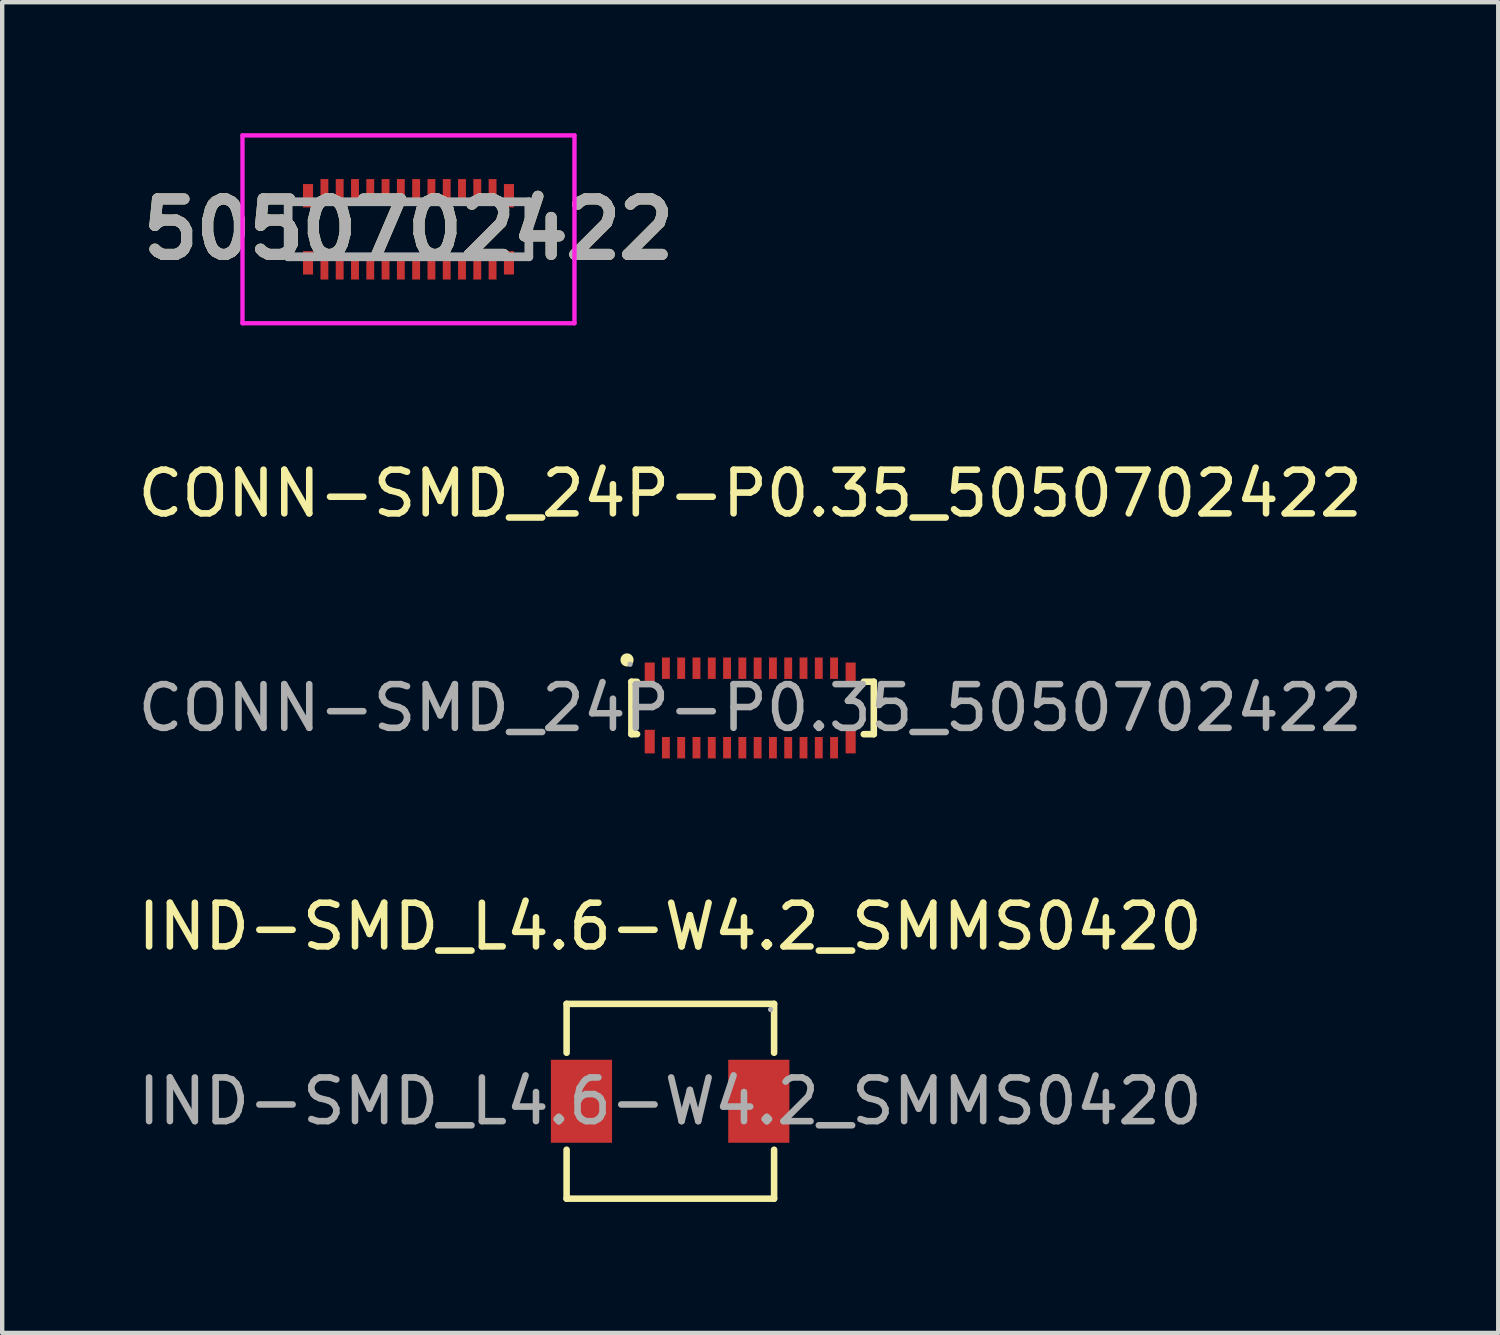
<source format=kicad_pcb>
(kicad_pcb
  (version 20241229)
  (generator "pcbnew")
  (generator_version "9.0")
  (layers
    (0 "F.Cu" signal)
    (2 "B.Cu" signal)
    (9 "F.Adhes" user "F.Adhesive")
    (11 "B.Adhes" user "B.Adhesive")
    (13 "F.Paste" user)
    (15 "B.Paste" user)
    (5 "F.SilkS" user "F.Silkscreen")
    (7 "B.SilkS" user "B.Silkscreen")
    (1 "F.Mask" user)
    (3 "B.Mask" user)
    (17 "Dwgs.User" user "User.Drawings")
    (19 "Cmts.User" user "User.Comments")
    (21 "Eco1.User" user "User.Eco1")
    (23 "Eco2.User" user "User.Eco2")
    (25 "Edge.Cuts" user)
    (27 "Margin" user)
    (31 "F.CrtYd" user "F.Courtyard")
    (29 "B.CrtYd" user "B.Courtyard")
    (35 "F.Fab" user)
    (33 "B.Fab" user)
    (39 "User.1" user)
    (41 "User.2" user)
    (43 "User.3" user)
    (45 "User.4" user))
  (footprint "IND-SMD_L4.6-W4.2_SMMS0420"
    (layer "F.Cu")
    (at 12.292 22.162)
    (property "Reference" "IND-SMD_L4.6-W4.2_SMMS0420" (at 0 -4 0) (layer "F.SilkS") (effects (font (size 1 1) (thickness 0.15))))
    (attr smd)
    (fp_line (start -2.37 -2.23) (end 2.38 -2.23) (stroke (width 0.15) (type solid)) (layer "F.SilkS"))
    (fp_line (start -2.37 -1.11) (end -2.37 -2.23) (stroke (width 0.15) (type solid)) (layer "F.SilkS"))
    (fp_line (start -2.37 1.11) (end -2.37 2.23) (stroke (width 0.15) (type solid)) (layer "F.SilkS"))
    (fp_line (start -2.37 2.23) (end 2.38 2.23) (stroke (width 0.15) (type solid)) (layer "F.SilkS"))
    (fp_line (start 2.38 -2.23) (end 2.38 -1.11) (stroke (width 0.15) (type solid)) (layer "F.SilkS"))
    (fp_line (start 2.38 2.23) (end 2.38 1.11) (stroke (width 0.15) (type solid)) (layer "F.SilkS"))
    (fp_circle (center 2.3 -2.1) (end 2.33 -2.1) (stroke (width 0.06) (type solid)) (fill no) (layer "F.Fab"))
    (fp_text user "${REFERENCE}" (at 0 0 0) (layer "F.Fab") (effects (font (size 1 1) (thickness 0.15))))
    (pad "1" smd rect (at 2.03 0) (size 1.4 1.9) (layers "F.Cu" "F.Mask" "F.Paste"))
    (pad "2" smd rect (at -2.03 0) (size 1.4 1.9) (layers "F.Cu" "F.Mask" "F.Paste")))
  (footprint "5050702422"
    (layer "F.Cu")
    (at 6.302 2.199)
    (property "Reference" "5050702422" (at 0 0.001 0) (layer "F.SilkS") (effects (font (size 1.27 1.27) (thickness 0.254))))
    (attr smd)
    (fp_line (start -2.8 -0.63) (end -2.755 0.63) (stroke (width 0.1) (type solid)) (layer "F.SilkS"))
    (fp_line (start 2.755 -0.63) (end 2.8 0.63) (stroke (width 0.1) (type solid)) (layer "F.SilkS"))
    (fp_line (start -3.8 -2.149) (end 3.8 -2.149) (stroke (width 0.1) (type solid)) (layer "F.CrtYd"))
    (fp_line (start -3.8 2.151) (end -3.8 -2.149) (stroke (width 0.1) (type solid)) (layer "F.CrtYd"))
    (fp_line (start 3.8 -2.149) (end 3.8 2.151) (stroke (width 0.1) (type solid)) (layer "F.CrtYd"))
    (fp_line (start 3.8 2.151) (end -3.8 2.151) (stroke (width 0.1) (type solid)) (layer "F.CrtYd"))
    (fp_line (start -2.755 -0.63) (end 2.755 -0.63) (stroke (width 0.2) (type solid)) (layer "F.Fab"))
    (fp_line (start -2.755 0.63) (end -2.755 -0.63) (stroke (width 0.2) (type solid)) (layer "F.Fab"))
    (fp_line (start 2.755 -0.63) (end 2.755 0.63) (stroke (width 0.2) (type solid)) (layer "F.Fab"))
    (fp_line (start 2.755 0.63) (end -2.755 0.63) (stroke (width 0.2) (type solid)) (layer "F.Fab"))
    (fp_text user "${REFERENCE}" (at 0 0.001 0) (layer "F.Fab") (effects (font (size 1.27 1.27) (thickness 0.254))))
    (pad "1" smd rect (at -1.925 -0.907) (size 0.18 0.485) (layers "F.Cu" "F.Mask" "F.Paste"))
    (pad "2" smd rect (at -1.575 -0.907) (size 0.18 0.485) (layers "F.Cu" "F.Mask" "F.Paste"))
    (pad "3" smd rect (at -1.225 -0.907) (size 0.18 0.485) (layers "F.Cu" "F.Mask" "F.Paste"))
    (pad "4" smd rect (at -0.875 -0.907) (size 0.18 0.485) (layers "F.Cu" "F.Mask" "F.Paste"))
    (pad "5" smd rect (at -0.525 -0.907) (size 0.18 0.485) (layers "F.Cu" "F.Mask" "F.Paste"))
    (pad "6" smd rect (at -0.175 -0.907) (size 0.18 0.485) (layers "F.Cu" "F.Mask" "F.Paste"))
    (pad "7" smd rect (at 0.175 -0.907) (size 0.18 0.485) (layers "F.Cu" "F.Mask" "F.Paste"))
    (pad "8" smd rect (at 0.525 -0.907) (size 0.18 0.485) (layers "F.Cu" "F.Mask" "F.Paste"))
    (pad "9" smd rect (at 0.875 -0.907) (size 0.18 0.485) (layers "F.Cu" "F.Mask" "F.Paste"))
    (pad "10" smd rect (at 1.225 -0.907) (size 0.18 0.485) (layers "F.Cu" "F.Mask" "F.Paste"))
    (pad "11" smd rect (at 1.575 -0.907) (size 0.18 0.485) (layers "F.Cu" "F.Mask" "F.Paste"))
    (pad "12" smd rect (at 1.925 -0.907) (size 0.18 0.485) (layers "F.Cu" "F.Mask" "F.Paste"))
    (pad "13" smd rect (at 1.925 0.908) (size 0.18 0.485) (layers "F.Cu" "F.Mask" "F.Paste"))
    (pad "14" smd rect (at 1.575 0.908) (size 0.18 0.485) (layers "F.Cu" "F.Mask" "F.Paste"))
    (pad "15" smd rect (at 1.225 0.908) (size 0.18 0.485) (layers "F.Cu" "F.Mask" "F.Paste"))
    (pad "16" smd rect (at 0.875 0.908) (size 0.18 0.485) (layers "F.Cu" "F.Mask" "F.Paste"))
    (pad "17" smd rect (at 0.525 0.908) (size 0.18 0.485) (layers "F.Cu" "F.Mask" "F.Paste"))
    (pad "18" smd rect (at 0.175 0.908) (size 0.18 0.485) (layers "F.Cu" "F.Mask" "F.Paste"))
    (pad "19" smd rect (at -0.175 0.908) (size 0.18 0.485) (layers "F.Cu" "F.Mask" "F.Paste"))
    (pad "20" smd rect (at -0.525 0.908) (size 0.18 0.485) (layers "F.Cu" "F.Mask" "F.Paste"))
    (pad "21" smd rect (at -0.875 0.908) (size 0.18 0.485) (layers "F.Cu" "F.Mask" "F.Paste"))
    (pad "22" smd rect (at -1.225 0.908) (size 0.18 0.485) (layers "F.Cu" "F.Mask" "F.Paste"))
    (pad "23" smd rect (at -1.575 0.908) (size 0.18 0.485) (layers "F.Cu" "F.Mask" "F.Paste"))
    (pad "24" smd rect (at -1.925 0.908) (size 0.18 0.485) (layers "F.Cu" "F.Mask" "F.Paste"))
    (pad "X1A" smd rect (at -2.3 -0.768) (size 0.23 0.535) (layers "F.Cu" "F.Mask" "F.Paste"))
    (pad "X1B" smd rect (at -2.3 0.768) (size 0.23 0.535) (layers "F.Cu" "F.Mask" "F.Paste"))
    (pad "X2A" smd rect (at 2.3 -0.768) (size 0.23 0.535) (layers "F.Cu" "F.Mask" "F.Paste"))
    (pad "X2B" smd rect (at 2.3 0.768) (size 0.23 0.535) (layers "F.Cu" "F.Mask" "F.Paste")))
  (footprint "CONN-SMD_24P-P0.35_5050702422"
    (layer "F.Cu")
    (at 14.125 13.158)
    (property "Reference" "CONN-SMD_24P-P0.35_5050702422" (at 0 -4.91 180) (layer "F.SilkS") (effects (font (size 1 1) (thickness 0.15))))
    (attr through_hole)
    (fp_line (start -2.72 -0.6) (end -2.59 -0.6) (stroke (width 0.15) (type solid)) (layer "F.SilkS"))
    (fp_line (start -2.72 0.6) (end -2.72 -0.6) (stroke (width 0.15) (type solid)) (layer "F.SilkS"))
    (fp_line (start -2.59 0.6) (end -2.72 0.6) (stroke (width 0.15) (type solid)) (layer "F.SilkS"))
    (fp_line (start 2.6 -0.6) (end 2.83 -0.6) (stroke (width 0.15) (type solid)) (layer "F.SilkS"))
    (fp_line (start 2.83 -0.6) (end 2.83 0.6) (stroke (width 0.15) (type solid)) (layer "F.SilkS"))
    (fp_line (start 2.83 0.6) (end 2.6 0.6) (stroke (width 0.15) (type solid)) (layer "F.SilkS"))
    (fp_circle (center -2.82 -1.1) (end -2.72 -1.1) (stroke (width 0.1) (type solid)) (fill yes) (layer "F.SilkS"))
    (fp_circle (center -2.75 -1) (end -2.72 -1) (stroke (width 0.06) (type solid)) (fill no) (layer "F.Fab"))
    (fp_text user "${REFERENCE}" (at 0 0 180) (layer "F.Fab") (effects (font (size 1 1) (thickness 0.15))))
    (pad "1" smd rect (at -1.93 -0.91 180) (size 0.18 0.49) (layers "F.Cu" "F.Mask" "F.Paste"))
    (pad "2" smd rect (at -1.58 -0.91 180) (size 0.18 0.49) (layers "F.Cu" "F.Mask" "F.Paste"))
    (pad "3" smd rect (at -1.23 -0.91 180) (size 0.18 0.49) (layers "F.Cu" "F.Mask" "F.Paste"))
    (pad "4" smd rect (at -0.88 -0.91 180) (size 0.18 0.49) (layers "F.Cu" "F.Mask" "F.Paste"))
    (pad "5" smd rect (at -0.53 -0.91 180) (size 0.18 0.49) (layers "F.Cu" "F.Mask" "F.Paste"))
    (pad "6" smd rect (at -0.18 -0.91 180) (size 0.18 0.49) (layers "F.Cu" "F.Mask" "F.Paste"))
    (pad "7" smd rect (at 0.17 -0.91 180) (size 0.18 0.49) (layers "F.Cu" "F.Mask" "F.Paste"))
    (pad "8" smd rect (at 0.52 -0.91 180) (size 0.18 0.49) (layers "F.Cu" "F.Mask" "F.Paste"))
    (pad "9" smd rect (at 0.87 -0.91 180) (size 0.18 0.49) (layers "F.Cu" "F.Mask" "F.Paste"))
    (pad "10" smd rect (at 1.22 -0.91 180) (size 0.18 0.49) (layers "F.Cu" "F.Mask" "F.Paste"))
    (pad "11" smd rect (at 1.57 -0.91 180) (size 0.18 0.49) (layers "F.Cu" "F.Mask" "F.Paste"))
    (pad "12" smd rect (at 1.92 -0.91 180) (size 0.18 0.49) (layers "F.Cu" "F.Mask" "F.Paste"))
    (pad "13" smd rect (at 1.92 0.91 180) (size 0.18 0.49) (layers "F.Cu" "F.Mask" "F.Paste"))
    (pad "14" smd rect (at 1.57 0.91 180) (size 0.18 0.49) (layers "F.Cu" "F.Mask" "F.Paste"))
    (pad "15" smd rect (at 1.22 0.91 180) (size 0.18 0.49) (layers "F.Cu" "F.Mask" "F.Paste"))
    (pad "16" smd rect (at 0.87 0.91 180) (size 0.18 0.49) (layers "F.Cu" "F.Mask" "F.Paste"))
    (pad "17" smd rect (at 0.52 0.91 180) (size 0.18 0.49) (layers "F.Cu" "F.Mask" "F.Paste"))
    (pad "18" smd rect (at 0.17 0.91 180) (size 0.18 0.49) (layers "F.Cu" "F.Mask" "F.Paste"))
    (pad "19" smd rect (at -0.18 0.91 180) (size 0.18 0.49) (layers "F.Cu" "F.Mask" "F.Paste"))
    (pad "20" smd rect (at -0.53 0.91 180) (size 0.18 0.49) (layers "F.Cu" "F.Mask" "F.Paste"))
    (pad "21" smd rect (at -0.88 0.91 180) (size 0.18 0.49) (layers "F.Cu" "F.Mask" "F.Paste"))
    (pad "22" smd rect (at -1.23 0.91 180) (size 0.18 0.49) (layers "F.Cu" "F.Mask" "F.Paste"))
    (pad "23" smd rect (at -1.58 0.91 180) (size 0.18 0.49) (layers "F.Cu" "F.Mask" "F.Paste"))
    (pad "24" smd rect (at -1.93 0.91 180) (size 0.18 0.49) (layers "F.Cu" "F.Mask" "F.Paste"))
    (pad "X1A" smd rect (at -2.3 -0.77 180) (size 0.23 0.54) (layers "F.Cu" "F.Mask" "F.Paste"))
    (pad "X1B" smd rect (at -2.3 0.77 180) (size 0.23 0.54) (layers "F.Cu" "F.Mask" "F.Paste"))
    (pad "X2A" smd rect (at 2.3 -0.77 180) (size 0.23 0.54) (layers "F.Cu" "F.Mask" "F.Paste"))
    (pad "X2B" smd rect (at 2.3 0.77 180) (size 0.23 0.54) (layers "F.Cu" "F.Mask" "F.Paste")))
  (gr_rect
    (start -3 -3)
    (end 31.25 27.466)
    (stroke (width 0.1) (type default))
    (fill no)
    (layer "Edge.Cuts")))
</source>
